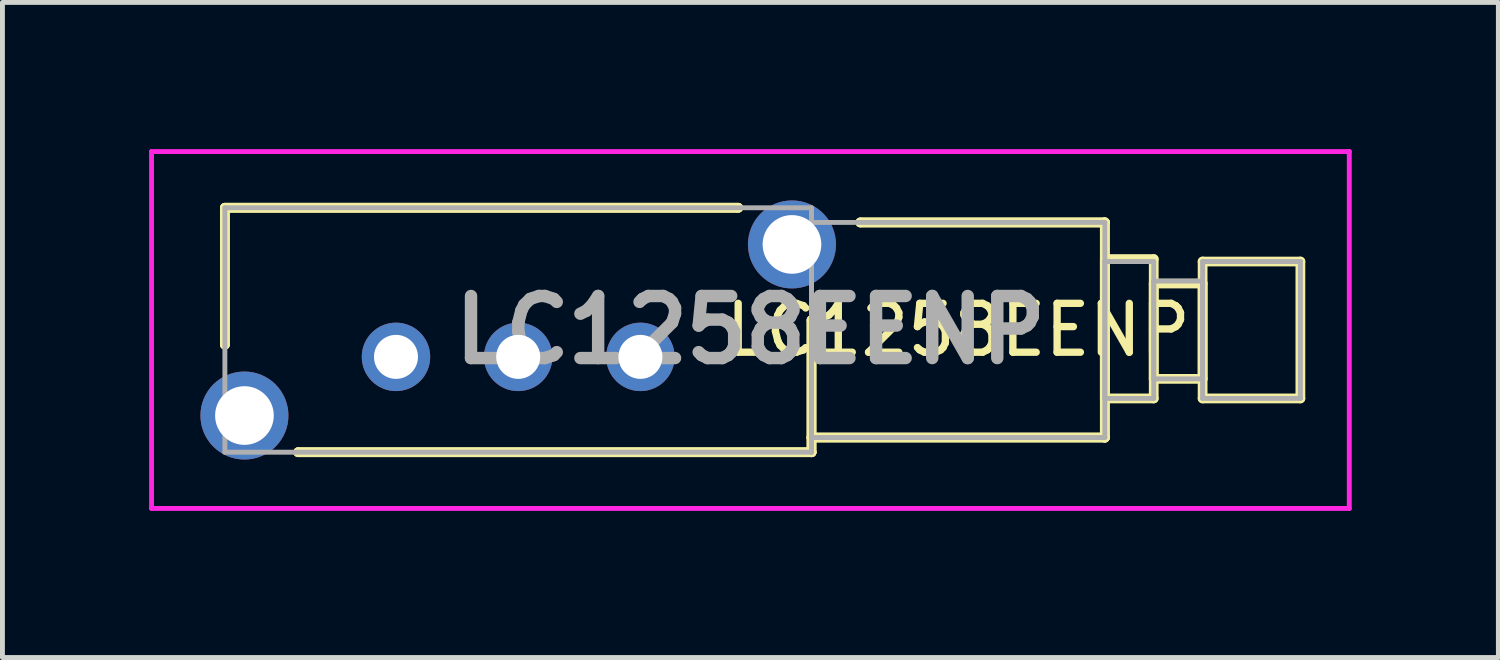
<source format=kicad_pcb>
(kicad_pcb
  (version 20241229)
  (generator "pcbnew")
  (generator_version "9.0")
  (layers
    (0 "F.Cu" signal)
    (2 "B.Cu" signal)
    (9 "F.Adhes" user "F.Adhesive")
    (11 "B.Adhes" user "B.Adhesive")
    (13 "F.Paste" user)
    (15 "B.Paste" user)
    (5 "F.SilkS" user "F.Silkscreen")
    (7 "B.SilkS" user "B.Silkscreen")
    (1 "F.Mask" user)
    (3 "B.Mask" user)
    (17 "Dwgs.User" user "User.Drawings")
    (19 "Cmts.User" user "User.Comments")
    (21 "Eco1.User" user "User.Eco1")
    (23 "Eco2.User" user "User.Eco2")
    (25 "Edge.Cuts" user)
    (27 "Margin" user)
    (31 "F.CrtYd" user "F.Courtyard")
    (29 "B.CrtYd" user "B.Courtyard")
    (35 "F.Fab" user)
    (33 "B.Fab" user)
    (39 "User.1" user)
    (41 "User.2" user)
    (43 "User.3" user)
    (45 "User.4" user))
  (footprint "LC1258EENP"
    (layer "F.Cu")
    (at 5.05 4.25)
    (property "Reference" "LC1258EENP" (at 11.5 -0.55 0) (layer "F.SilkS") (effects (font (size 1 1) (thickness 0.15))))
    (attr through_hole)
    (fp_line (start -3.5 -3.05) (end -3.5 -3.05) (stroke (width 0.2) (type solid)) (layer "F.SilkS"))
    (fp_line (start -3.5 -3.05) (end 7 -3.05) (stroke (width 0.2) (type solid)) (layer "F.SilkS"))
    (fp_line (start -3.5 -3) (end -3.5 -3) (stroke (width 0.2) (type solid)) (layer "F.SilkS"))
    (fp_line (start -3.5 -3) (end -3.5 -0.25) (stroke (width 0.2) (type solid)) (layer "F.SilkS"))
    (fp_line (start -3.5 -0.25) (end -3.5 -3) (stroke (width 0.2) (type solid)) (layer "F.SilkS"))
    (fp_line (start -3.5 -0.25) (end -3.5 -0.25) (stroke (width 0.2) (type solid)) (layer "F.SilkS"))
    (fp_line (start -2 1.95) (end -2 1.95) (stroke (width 0.2) (type solid)) (layer "F.SilkS"))
    (fp_line (start -2 1.95) (end 8.5 1.95) (stroke (width 0.2) (type solid)) (layer "F.SilkS"))
    (fp_line (start 7 -3.05) (end -3.5 -3.05) (stroke (width 0.2) (type solid)) (layer "F.SilkS"))
    (fp_line (start 7 -3.05) (end 7 -3.05) (stroke (width 0.2) (type solid)) (layer "F.SilkS"))
    (fp_line (start 8.5 -0.75) (end 8.5 -0.75) (stroke (width 0.2) (type solid)) (layer "F.SilkS"))
    (fp_line (start 8.5 -0.75) (end 8.5 1.95) (stroke (width 0.2) (type solid)) (layer "F.SilkS"))
    (fp_line (start 8.5 1.65) (end 8.5 1.65) (stroke (width 0.2) (type solid)) (layer "F.SilkS"))
    (fp_line (start 8.5 1.65) (end 14.5 1.65) (stroke (width 0.2) (type solid)) (layer "F.SilkS"))
    (fp_line (start 8.5 1.95) (end -2 1.95) (stroke (width 0.2) (type solid)) (layer "F.SilkS"))
    (fp_line (start 8.5 1.95) (end 8.5 -0.75) (stroke (width 0.2) (type solid)) (layer "F.SilkS"))
    (fp_line (start 8.5 1.95) (end 8.5 1.95) (stroke (width 0.2) (type solid)) (layer "F.SilkS"))
    (fp_line (start 8.5 1.95) (end 8.5 1.95) (stroke (width 0.2) (type solid)) (layer "F.SilkS"))
    (fp_line (start 9.5 -2.75) (end 9.5 -2.75) (stroke (width 0.2) (type solid)) (layer "F.SilkS"))
    (fp_line (start 9.5 -2.75) (end 14.5 -2.75) (stroke (width 0.2) (type solid)) (layer "F.SilkS"))
    (fp_line (start 14.5 -2.75) (end 9.5 -2.75) (stroke (width 0.2) (type solid)) (layer "F.SilkS"))
    (fp_line (start 14.5 -2.75) (end 14.5 -2.75) (stroke (width 0.2) (type solid)) (layer "F.SilkS"))
    (fp_line (start 14.5 -2.75) (end 14.5 -2.75) (stroke (width 0.2) (type solid)) (layer "F.SilkS"))
    (fp_line (start 14.5 -2.75) (end 14.5 1.65) (stroke (width 0.2) (type solid)) (layer "F.SilkS"))
    (fp_line (start 14.5 -2) (end 14.5 0.85) (stroke (width 0.2) (type solid)) (layer "F.SilkS"))
    (fp_line (start 14.5 0.85) (end 15.5 0.85) (stroke (width 0.2) (type solid)) (layer "F.SilkS"))
    (fp_line (start 14.5 1.65) (end 8.5 1.65) (stroke (width 0.2) (type solid)) (layer "F.SilkS"))
    (fp_line (start 14.5 1.65) (end 14.5 -2.75) (stroke (width 0.2) (type solid)) (layer "F.SilkS"))
    (fp_line (start 14.5 1.65) (end 14.5 1.65) (stroke (width 0.2) (type solid)) (layer "F.SilkS"))
    (fp_line (start 14.5 1.65) (end 14.5 1.65) (stroke (width 0.2) (type solid)) (layer "F.SilkS"))
    (fp_line (start 15.5 -2) (end 14.5 -2) (stroke (width 0.2) (type solid)) (layer "F.SilkS"))
    (fp_line (start 15.5 -1.5) (end 15.5 0.45) (stroke (width 0.2) (type solid)) (layer "F.SilkS"))
    (fp_line (start 15.5 0.45) (end 16.5 0.45) (stroke (width 0.2) (type solid)) (layer "F.SilkS"))
    (fp_line (start 15.5 0.85) (end 15.5 -2) (stroke (width 0.2) (type solid)) (layer "F.SilkS"))
    (fp_line (start 16.5 -1.95) (end 16.5 0.85) (stroke (width 0.2) (type solid)) (layer "F.SilkS"))
    (fp_line (start 16.5 -1.5) (end 15.5 -1.5) (stroke (width 0.2) (type solid)) (layer "F.SilkS"))
    (fp_line (start 16.5 0.45) (end 16.5 -1.5) (stroke (width 0.2) (type solid)) (layer "F.SilkS"))
    (fp_line (start 16.5 0.85) (end 18.5 0.85) (stroke (width 0.2) (type solid)) (layer "F.SilkS"))
    (fp_line (start 18.5 -1.95) (end 16.5 -1.95) (stroke (width 0.2) (type solid)) (layer "F.SilkS"))
    (fp_line (start 18.5 0.85) (end 18.5 -1.95) (stroke (width 0.2) (type solid)) (layer "F.SilkS"))
    (fp_line (start -5 -4.2) (end 19.5 -4.2) (stroke (width 0.1) (type solid)) (layer "F.CrtYd"))
    (fp_line (start -5 3.1) (end -5 -4.2) (stroke (width 0.1) (type solid)) (layer "F.CrtYd"))
    (fp_line (start 19.5 -4.2) (end 19.5 3.1) (stroke (width 0.1) (type solid)) (layer "F.CrtYd"))
    (fp_line (start 19.5 3.1) (end -5 3.1) (stroke (width 0.1) (type solid)) (layer "F.CrtYd"))
    (fp_line (start -3.5 -3.05) (end -3.5 1.95) (stroke (width 0.1) (type solid)) (layer "F.Fab"))
    (fp_line (start -3.5 1.95) (end 8.5 1.95) (stroke (width 0.1) (type solid)) (layer "F.Fab"))
    (fp_line (start 8.5 -3.05) (end -3.5 -3.05) (stroke (width 0.1) (type solid)) (layer "F.Fab"))
    (fp_line (start 8.5 -2.75) (end 8.5 1.65) (stroke (width 0.1) (type solid)) (layer "F.Fab"))
    (fp_line (start 8.5 1.65) (end 14.5 1.65) (stroke (width 0.1) (type solid)) (layer "F.Fab"))
    (fp_line (start 8.5 1.95) (end 8.5 -3.05) (stroke (width 0.1) (type solid)) (layer "F.Fab"))
    (fp_line (start 14.5 -2.75) (end 8.5 -2.75) (stroke (width 0.1) (type solid)) (layer "F.Fab"))
    (fp_line (start 14.5 -1.95) (end 14.5 0.85) (stroke (width 0.1) (type solid)) (layer "F.Fab"))
    (fp_line (start 14.5 0.85) (end 15.5 0.85) (stroke (width 0.1) (type solid)) (layer "F.Fab"))
    (fp_line (start 14.5 1.65) (end 14.5 -2.75) (stroke (width 0.1) (type solid)) (layer "F.Fab"))
    (fp_line (start 15.5 -1.95) (end 14.5 -1.95) (stroke (width 0.1) (type solid)) (layer "F.Fab"))
    (fp_line (start 15.5 -1.55) (end 15.5 0.45) (stroke (width 0.1) (type solid)) (layer "F.Fab"))
    (fp_line (start 15.5 0.45) (end 16.5 0.45) (stroke (width 0.1) (type solid)) (layer "F.Fab"))
    (fp_line (start 15.5 0.85) (end 15.5 -1.95) (stroke (width 0.1) (type solid)) (layer "F.Fab"))
    (fp_line (start 16.5 -1.95) (end 16.5 0.85) (stroke (width 0.1) (type solid)) (layer "F.Fab"))
    (fp_line (start 16.5 -1.55) (end 15.5 -1.55) (stroke (width 0.1) (type solid)) (layer "F.Fab"))
    (fp_line (start 16.5 0.45) (end 16.5 -1.55) (stroke (width 0.1) (type solid)) (layer "F.Fab"))
    (fp_line (start 16.5 0.85) (end 18.5 0.85) (stroke (width 0.1) (type solid)) (layer "F.Fab"))
    (fp_line (start 18.5 -1.95) (end 16.5 -1.95) (stroke (width 0.1) (type solid)) (layer "F.Fab"))
    (fp_line (start 18.5 0.85) (end 18.5 -1.95) (stroke (width 0.1) (type solid)) (layer "F.Fab"))
    (fp_text user "${REFERENCE}" (at 7.25 -0.55 0) (layer "F.Fab") (effects (font (size 1.27 1.27) (thickness 0.254))))
    (pad "1" thru_hole circle (at 0 0) (size 1.4 1.4) (drill 0.9) (layers "*.Cu" "*.Mask"))
    (pad "2" thru_hole circle (at 2.5 0) (size 1.4 1.4) (drill 0.9) (layers "*.Cu" "*.Mask"))
    (pad "3" thru_hole circle (at 5 0) (size 1.4 1.4) (drill 0.9) (layers "*.Cu" "*.Mask"))
    (pad "MH1" thru_hole circle (at -3.1 1.2) (size 1.8 1.8) (drill 1.2) (layers "*.Cu" "*.Mask"))
    (pad "MH2" thru_hole circle (at 8.1 -2.3) (size 1.8 1.8) (drill 1.2) (layers "*.Cu" "*.Mask")))
  (gr_rect
    (start -3 -3)
    (end 27.6 10.4)
    (stroke (width 0.1) (type default))
    (fill no)
    (layer "Edge.Cuts")))
</source>
